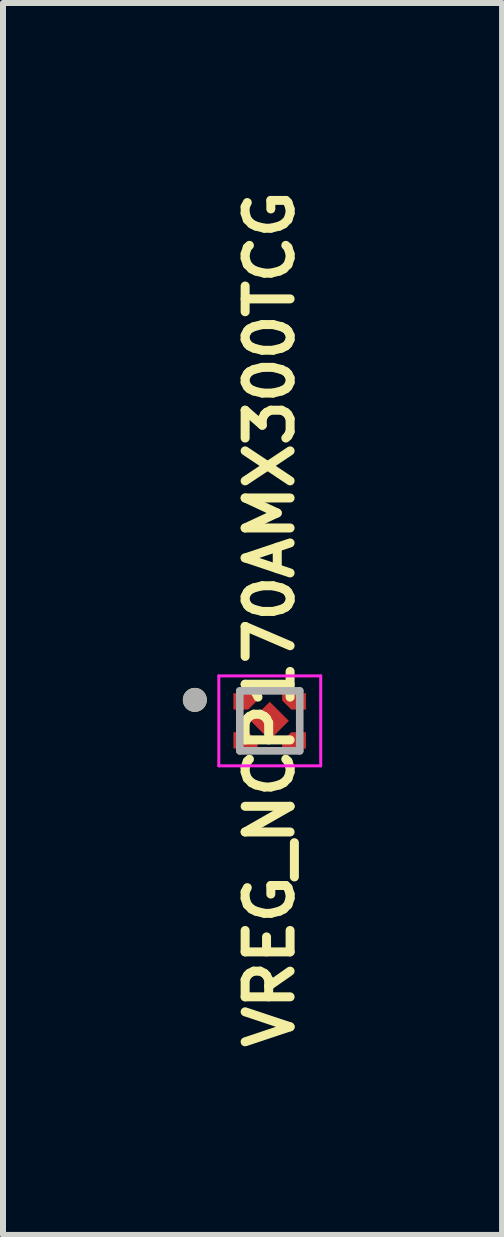
<source format=kicad_pcb>
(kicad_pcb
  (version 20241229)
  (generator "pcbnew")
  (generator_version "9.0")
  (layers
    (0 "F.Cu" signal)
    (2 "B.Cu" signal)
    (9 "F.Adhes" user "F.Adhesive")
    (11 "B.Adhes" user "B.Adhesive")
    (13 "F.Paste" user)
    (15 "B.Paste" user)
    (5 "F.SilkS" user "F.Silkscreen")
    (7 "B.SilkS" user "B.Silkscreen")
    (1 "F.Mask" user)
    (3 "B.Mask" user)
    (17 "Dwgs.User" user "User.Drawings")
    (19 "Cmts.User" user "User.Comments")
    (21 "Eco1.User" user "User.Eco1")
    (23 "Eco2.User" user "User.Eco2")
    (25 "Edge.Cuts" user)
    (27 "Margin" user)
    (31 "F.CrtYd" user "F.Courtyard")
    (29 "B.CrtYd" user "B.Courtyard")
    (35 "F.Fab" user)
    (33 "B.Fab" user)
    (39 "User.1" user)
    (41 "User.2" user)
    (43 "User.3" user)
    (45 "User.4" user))
  (footprint "VREG_NCP170AMX300TCG"
    (layer "F.Cu")
    (at 1.45 8.975)
    (property "Reference" "VREG_NCP170AMX300TCG" (at 0 -1.7 90) (layer "F.SilkS") (effects (font (size 0.75 0.75) (thickness 0.15))))
    (attr smd)
    (fp_poly (pts (xy -0.6 -0.455) (xy -0.21 -0.455) (xy -0.21 -0.345) (xy -0.36 -0.195) (xy -0.6 -0.195)) (stroke (width 0.01) (type solid)) (fill yes) (layer "F.Cu"))
    (fp_poly (pts (xy -0.6 0.455) (xy -0.21 0.455) (xy -0.21 0.345) (xy -0.36 0.195) (xy -0.6 0.195)) (stroke (width 0.01) (type solid)) (fill yes) (layer "F.Cu"))
    (fp_poly (pts (xy 0.6 -0.455) (xy 0.21 -0.455) (xy 0.21 -0.345) (xy 0.36 -0.195) (xy 0.6 -0.195)) (stroke (width 0.01) (type solid)) (fill yes) (layer "F.Cu"))
    (fp_poly (pts (xy 0.6 0.455) (xy 0.21 0.455) (xy 0.21 0.345) (xy 0.36 0.195) (xy 0.6 0.195)) (stroke (width 0.01) (type solid)) (fill yes) (layer "F.Cu"))
    (fp_poly (pts (xy -0.65 -0.505) (xy -0.16 -0.505) (xy -0.16 -0.32) (xy -0.335 -0.145) (xy -0.65 -0.145)) (stroke (width 0.01) (type solid)) (fill yes) (layer "F.Mask"))
    (fp_poly (pts (xy -0.65 0.505) (xy -0.16 0.505) (xy -0.16 0.32) (xy -0.335 0.145) (xy -0.65 0.145)) (stroke (width 0.01) (type solid)) (fill yes) (layer "F.Mask"))
    (fp_poly (pts (xy 0.65 -0.505) (xy 0.16 -0.505) (xy 0.16 -0.32) (xy 0.335 -0.145) (xy 0.65 -0.145)) (stroke (width 0.01) (type solid)) (fill yes) (layer "F.Mask"))
    (fp_poly (pts (xy 0.65 0.505) (xy 0.16 0.505) (xy 0.16 0.32) (xy 0.335 0.145) (xy 0.65 0.145)) (stroke (width 0.01) (type solid)) (fill yes) (layer "F.Mask"))
    (fp_circle (center -1.25 -0.35) (end -1.15 -0.35) (stroke (width 0.2) (type solid)) (fill no) (layer "F.SilkS"))
    (fp_poly (pts (xy -0.6 -0.455) (xy -0.21 -0.455) (xy -0.21 -0.345) (xy -0.36 -0.195) (xy -0.6 -0.195)) (stroke (width 0.01) (type solid)) (fill yes) (layer "F.Paste"))
    (fp_poly (pts (xy -0.6 0.455) (xy -0.21 0.455) (xy -0.21 0.345) (xy -0.36 0.195) (xy -0.6 0.195)) (stroke (width 0.01) (type solid)) (fill yes) (layer "F.Paste"))
    (fp_poly (pts (xy 0.6 -0.455) (xy 0.21 -0.455) (xy 0.21 -0.345) (xy 0.36 -0.195) (xy 0.6 -0.195)) (stroke (width 0.01) (type solid)) (fill yes) (layer "F.Paste"))
    (fp_poly (pts (xy 0.6 0.455) (xy 0.21 0.455) (xy 0.21 0.345) (xy 0.36 0.195) (xy 0.6 0.195)) (stroke (width 0.01) (type solid)) (fill yes) (layer "F.Paste"))
    (fp_line (start -0.85 -0.75) (end 0.85 -0.75) (stroke (width 0.05) (type solid)) (layer "F.CrtYd"))
    (fp_line (start -0.85 0.75) (end -0.85 -0.75) (stroke (width 0.05) (type solid)) (layer "F.CrtYd"))
    (fp_line (start 0.85 -0.75) (end 0.85 0.75) (stroke (width 0.05) (type solid)) (layer "F.CrtYd"))
    (fp_line (start 0.85 0.75) (end -0.85 0.75) (stroke (width 0.05) (type solid)) (layer "F.CrtYd"))
    (fp_line (start -0.5 -0.5) (end -0.5 0.5) (stroke (width 0.127) (type solid)) (layer "F.Fab"))
    (fp_line (start -0.5 0.5) (end 0.5 0.5) (stroke (width 0.127) (type solid)) (layer "F.Fab"))
    (fp_line (start 0.5 -0.5) (end -0.5 -0.5) (stroke (width 0.127) (type solid)) (layer "F.Fab"))
    (fp_line (start 0.5 0.5) (end 0.5 -0.5) (stroke (width 0.127) (type solid)) (layer "F.Fab"))
    (fp_circle (center -1.25 -0.35) (end -1.15 -0.35) (stroke (width 0.2) (type solid)) (fill no) (layer "F.Fab"))
    (pad "1" smd rect (at -0.405 -0.325) (size 0.1 0.1) (layers "F.Cu"))
    (pad "2" smd rect (at -0.405 0.325) (size 0.1 0.1) (layers "F.Cu"))
    (pad "3" smd rect (at 0.405 0.325) (size 0.1 0.1) (layers "F.Cu"))
    (pad "4" smd rect (at 0.405 -0.325) (size 0.1 0.1) (layers "F.Cu"))
    (pad "5" smd rect (at 0 0 45) (size 0.45 0.45) (layers "F.Cu" "F.Mask" "F.Paste")))
  (gr_rect
    (start -3 -3)
    (end 5.325 17.55)
    (stroke (width 0.1) (type default))
    (fill no)
    (layer "Edge.Cuts")))
</source>
